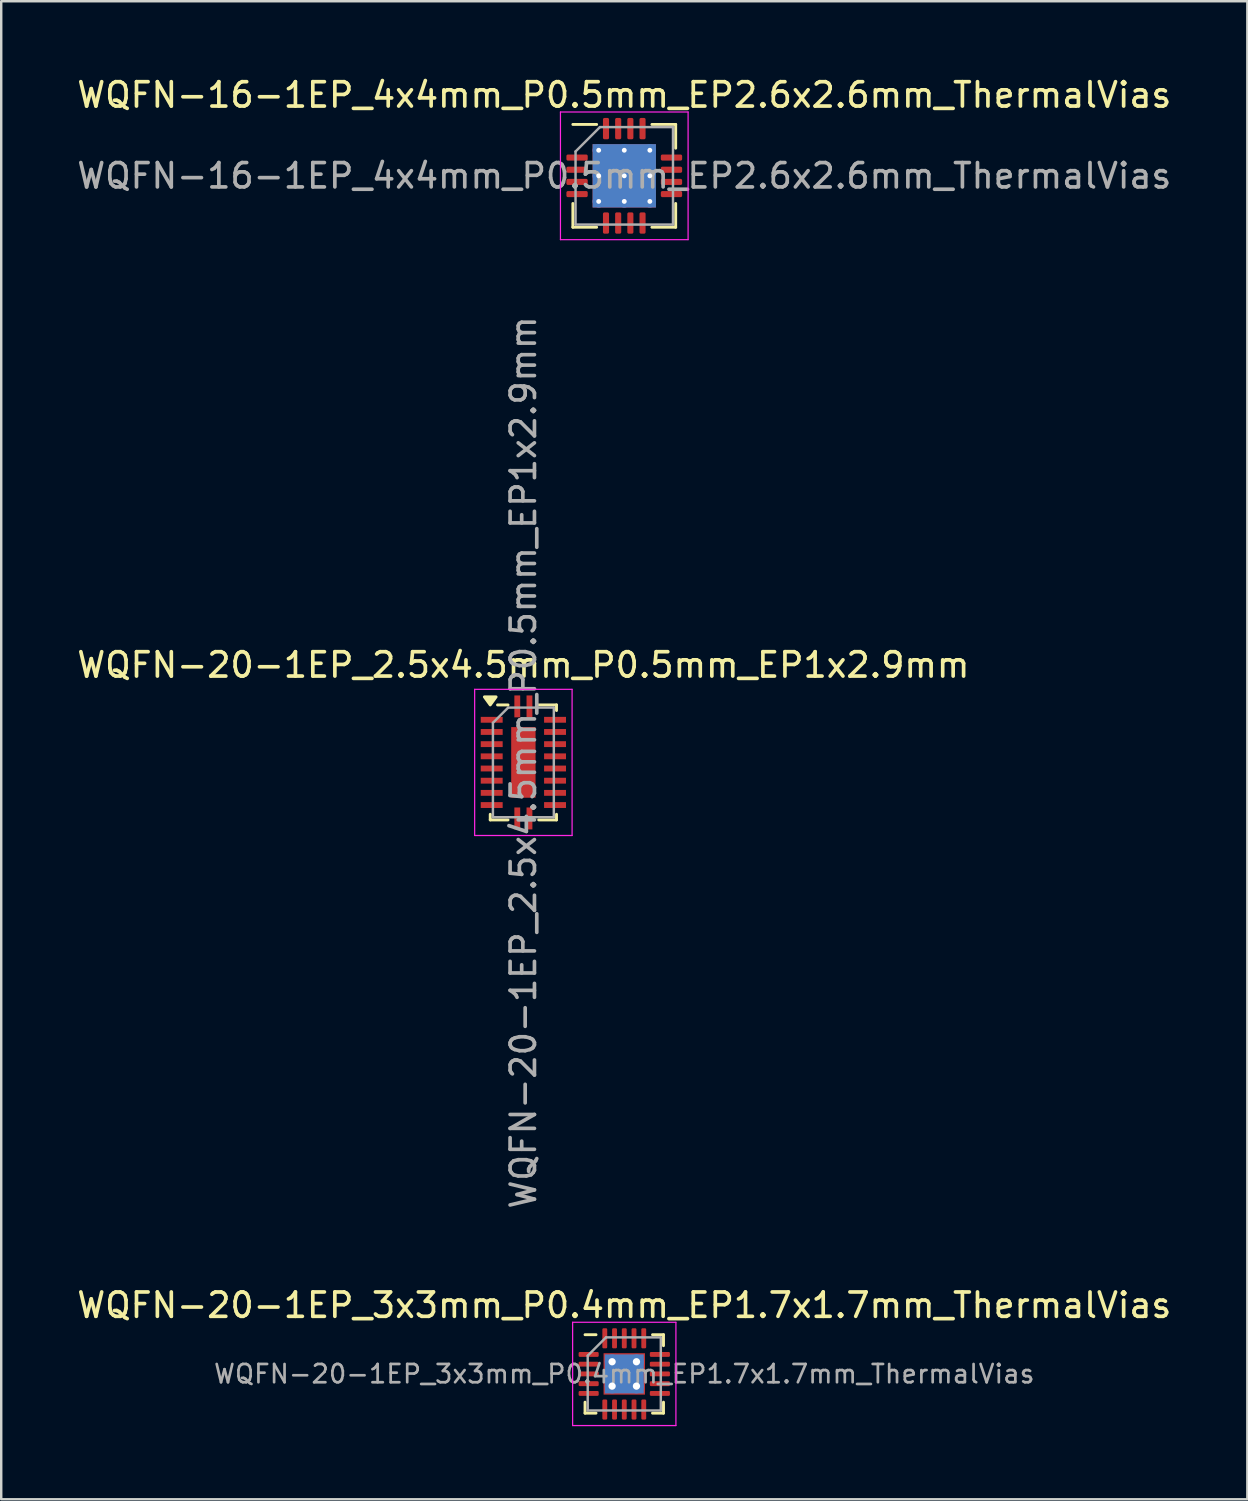
<source format=kicad_pcb>
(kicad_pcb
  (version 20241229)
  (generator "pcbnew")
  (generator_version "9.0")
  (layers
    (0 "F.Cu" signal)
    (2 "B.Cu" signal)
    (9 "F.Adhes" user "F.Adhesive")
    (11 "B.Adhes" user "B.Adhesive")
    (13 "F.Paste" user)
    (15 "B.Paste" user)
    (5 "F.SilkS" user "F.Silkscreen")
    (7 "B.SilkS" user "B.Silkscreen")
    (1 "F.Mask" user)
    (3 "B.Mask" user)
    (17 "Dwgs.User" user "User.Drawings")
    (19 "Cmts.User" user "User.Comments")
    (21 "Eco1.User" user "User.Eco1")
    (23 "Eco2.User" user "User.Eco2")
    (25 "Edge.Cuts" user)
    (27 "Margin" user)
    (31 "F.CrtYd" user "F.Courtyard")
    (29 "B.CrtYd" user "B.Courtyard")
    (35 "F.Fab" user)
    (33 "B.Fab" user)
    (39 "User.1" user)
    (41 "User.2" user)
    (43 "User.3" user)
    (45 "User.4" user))
  (footprint "WQFN-16-1EP_4x4mm_P0.5mm_EP2.6x2.6mm_ThermalVias"
    (layer "F.Cu")
    (at 22.577 4.168)
    (property "Reference" "WQFN-16-1EP_4x4mm_P0.5mm_EP2.6x2.6mm_ThermalVias" (at 0 -3.32 0) (layer "F.SilkS") (effects (font (size 1 1) (thickness 0.15))))
    (attr smd)
    (fp_line (start -2.11 2.11) (end -2.11 1.135) (stroke (width 0.12) (type solid)) (layer "F.SilkS"))
    (fp_line (start -1.135 -2.11) (end -2.11 -2.11) (stroke (width 0.12) (type solid)) (layer "F.SilkS"))
    (fp_line (start -1.135 2.11) (end -2.11 2.11) (stroke (width 0.12) (type solid)) (layer "F.SilkS"))
    (fp_line (start 1.135 -2.11) (end 2.11 -2.11) (stroke (width 0.12) (type solid)) (layer "F.SilkS"))
    (fp_line (start 1.135 2.11) (end 2.11 2.11) (stroke (width 0.12) (type solid)) (layer "F.SilkS"))
    (fp_line (start 2.11 -2.11) (end 2.11 -1.135) (stroke (width 0.12) (type solid)) (layer "F.SilkS"))
    (fp_line (start 2.11 2.11) (end 2.11 1.135) (stroke (width 0.12) (type solid)) (layer "F.SilkS"))
    (fp_line (start -2.62 -2.62) (end -2.62 2.62) (stroke (width 0.05) (type solid)) (layer "F.CrtYd"))
    (fp_line (start -2.62 2.62) (end 2.62 2.62) (stroke (width 0.05) (type solid)) (layer "F.CrtYd"))
    (fp_line (start 2.62 -2.62) (end -2.62 -2.62) (stroke (width 0.05) (type solid)) (layer "F.CrtYd"))
    (fp_line (start 2.62 2.62) (end 2.62 -2.62) (stroke (width 0.05) (type solid)) (layer "F.CrtYd"))
    (fp_line (start -2 -1) (end -1 -2) (stroke (width 0.1) (type solid)) (layer "F.Fab"))
    (fp_line (start -2 2) (end -2 -1) (stroke (width 0.1) (type solid)) (layer "F.Fab"))
    (fp_line (start -1 -2) (end 2 -2) (stroke (width 0.1) (type solid)) (layer "F.Fab"))
    (fp_line (start 2 -2) (end 2 2) (stroke (width 0.1) (type solid)) (layer "F.Fab"))
    (fp_line (start 2 2) (end -2 2) (stroke (width 0.1) (type solid)) (layer "F.Fab"))
    (fp_text user "${REFERENCE}" (at 0 0 0) (layer "F.Fab") (effects (font (size 1 1) (thickness 0.15))))
    (pad "" smd roundrect (at -0.65 -0.65) (size 1.13 1.13) (layers "F.Paste") (roundrect_rratio 0.221))
    (pad "" smd roundrect (at -0.65 0.65) (size 1.13 1.13) (layers "F.Paste") (roundrect_rratio 0.221))
    (pad "" smd roundrect (at 0.65 -0.65) (size 1.13 1.13) (layers "F.Paste") (roundrect_rratio 0.221))
    (pad "" smd roundrect (at 0.65 0.65) (size 1.13 1.13) (layers "F.Paste") (roundrect_rratio 0.221))
    (pad "1" smd roundrect (at -1.938 -0.75) (size 0.875 0.25) (layers "F.Cu" "F.Mask" "F.Paste") (roundrect_rratio 0.25))
    (pad "2" smd roundrect (at -1.938 -0.25) (size 0.875 0.25) (layers "F.Cu" "F.Mask" "F.Paste") (roundrect_rratio 0.25))
    (pad "3" smd roundrect (at -1.938 0.25) (size 0.875 0.25) (layers "F.Cu" "F.Mask" "F.Paste") (roundrect_rratio 0.25))
    (pad "4" smd roundrect (at -1.938 0.75) (size 0.875 0.25) (layers "F.Cu" "F.Mask" "F.Paste") (roundrect_rratio 0.25))
    (pad "5" smd roundrect (at -0.75 1.938) (size 0.25 0.875) (layers "F.Cu" "F.Mask" "F.Paste") (roundrect_rratio 0.25))
    (pad "6" smd roundrect (at -0.25 1.938) (size 0.25 0.875) (layers "F.Cu" "F.Mask" "F.Paste") (roundrect_rratio 0.25))
    (pad "7" smd roundrect (at 0.25 1.938) (size 0.25 0.875) (layers "F.Cu" "F.Mask" "F.Paste") (roundrect_rratio 0.25))
    (pad "8" smd roundrect (at 0.75 1.938) (size 0.25 0.875) (layers "F.Cu" "F.Mask" "F.Paste") (roundrect_rratio 0.25))
    (pad "9" smd roundrect (at 1.938 0.75) (size 0.875 0.25) (layers "F.Cu" "F.Mask" "F.Paste") (roundrect_rratio 0.25))
    (pad "10" smd roundrect (at 1.938 0.25) (size 0.875 0.25) (layers "F.Cu" "F.Mask" "F.Paste") (roundrect_rratio 0.25))
    (pad "11" smd roundrect (at 1.938 -0.25) (size 0.875 0.25) (layers "F.Cu" "F.Mask" "F.Paste") (roundrect_rratio 0.25))
    (pad "12" smd roundrect (at 1.938 -0.75) (size 0.875 0.25) (layers "F.Cu" "F.Mask" "F.Paste") (roundrect_rratio 0.25))
    (pad "13" smd roundrect (at 0.75 -1.938) (size 0.25 0.875) (layers "F.Cu" "F.Mask" "F.Paste") (roundrect_rratio 0.25))
    (pad "14" smd roundrect (at 0.25 -1.938) (size 0.25 0.875) (layers "F.Cu" "F.Mask" "F.Paste") (roundrect_rratio 0.25))
    (pad "15" smd roundrect (at -0.25 -1.938) (size 0.25 0.875) (layers "F.Cu" "F.Mask" "F.Paste") (roundrect_rratio 0.25))
    (pad "16" smd roundrect (at -0.75 -1.938) (size 0.25 0.875) (layers "F.Cu" "F.Mask" "F.Paste") (roundrect_rratio 0.25))
    (pad "17" thru_hole circle (at -1.05 -1.05) (size 0.5 0.5) (drill 0.2) (layers "*.Cu"))
    (pad "17" thru_hole circle (at -1.05 0) (size 0.5 0.5) (drill 0.2) (layers "*.Cu"))
    (pad "17" thru_hole circle (at -1.05 1.05) (size 0.5 0.5) (drill 0.2) (layers "*.Cu"))
    (pad "17" thru_hole circle (at 0 -1.05) (size 0.5 0.5) (drill 0.2) (layers "*.Cu"))
    (pad "17" thru_hole circle (at 0 0) (size 0.5 0.5) (drill 0.2) (layers "*.Cu"))
    (pad "17" smd rect (at 0 0) (size 2.6 2.6) (layers "F.Cu" "F.Mask"))
    (pad "17" smd rect (at 0 0) (size 2.6 2.6) (layers "B.Cu"))
    (pad "17" thru_hole circle (at 0 1.05) (size 0.5 0.5) (drill 0.2) (layers "*.Cu"))
    (pad "17" thru_hole circle (at 1.05 -1.05) (size 0.5 0.5) (drill 0.2) (layers "*.Cu"))
    (pad "17" thru_hole circle (at 1.05 0) (size 0.5 0.5) (drill 0.2) (layers "*.Cu"))
    (pad "17" thru_hole circle (at 1.05 1.05) (size 0.5 0.5) (drill 0.2) (layers "*.Cu")))
  (footprint "WQFN-20-1EP_2.5x4.5mm_P0.5mm_EP1x2.9mm"
    (layer "F.Cu")
    (at 18.435 28.248)
    (property "Reference" "WQFN-20-1EP_2.5x4.5mm_P0.5mm_EP1x2.9mm" (at 0 -4 0) (layer "F.SilkS") (effects (font (size 1 1) (thickness 0.15))))
    (attr smd)
    (fp_line (start -1.36 2.36) (end -1.36 2.13) (stroke (width 0.12) (type solid)) (layer "F.SilkS"))
    (fp_line (start -0.63 -2.36) (end -1.06 -2.36) (stroke (width 0.12) (type solid)) (layer "F.SilkS"))
    (fp_line (start -0.63 2.36) (end -1.36 2.36) (stroke (width 0.12) (type solid)) (layer "F.SilkS"))
    (fp_line (start 0.63 -2.36) (end 1.36 -2.36) (stroke (width 0.12) (type solid)) (layer "F.SilkS"))
    (fp_line (start 0.63 2.36) (end 1.36 2.36) (stroke (width 0.12) (type solid)) (layer "F.SilkS"))
    (fp_line (start 1.36 -2.36) (end 1.36 -2.13) (stroke (width 0.12) (type solid)) (layer "F.SilkS"))
    (fp_line (start 1.36 2.36) (end 1.36 2.13) (stroke (width 0.12) (type solid)) (layer "F.SilkS"))
    (fp_poly (pts (xy -1.36 -2.36) (xy -1.6 -2.69) (xy -1.12 -2.69) (xy -1.36 -2.36)) (stroke (width 0.12) (type solid)) (fill yes) (layer "F.SilkS"))
    (fp_line (start -2 -3) (end -2 3) (stroke (width 0.05) (type solid)) (layer "F.CrtYd"))
    (fp_line (start -2 -3) (end 2 -3) (stroke (width 0.05) (type solid)) (layer "F.CrtYd"))
    (fp_line (start -2 3) (end 2 3) (stroke (width 0.05) (type solid)) (layer "F.CrtYd"))
    (fp_line (start 2 -3) (end 2 3) (stroke (width 0.05) (type solid)) (layer "F.CrtYd"))
    (fp_line (start -1.25 -1.625) (end -1.25 2.25) (stroke (width 0.1) (type solid)) (layer "F.Fab"))
    (fp_line (start -1.25 -1.625) (end -0.625 -2.25) (stroke (width 0.1) (type solid)) (layer "F.Fab"))
    (fp_line (start -1.25 2.25) (end 1.25 2.25) (stroke (width 0.1) (type solid)) (layer "F.Fab"))
    (fp_line (start 1.25 -2.25) (end -0.625 -2.25) (stroke (width 0.1) (type solid)) (layer "F.Fab"))
    (fp_line (start 1.25 -2.25) (end 1.25 2.25) (stroke (width 0.1) (type solid)) (layer "F.Fab"))
    (fp_text user "${REFERENCE}" (at 0 0 90) (layer "F.Fab") (effects (font (size 1 1) (thickness 0.15))))
    (pad "" smd rect (at 0 -0.95 270) (size 0.8 0.8) (layers "F.Paste"))
    (pad "" smd rect (at 0 0 270) (size 0.8 0.8) (layers "F.Paste"))
    (pad "" smd rect (at 0 0.95 270) (size 0.8 0.8) (layers "F.Paste"))
    (pad "1" smd rect (at -0.25 -2.3 270) (size 0.9 0.24) (layers "F.Cu" "F.Mask" "F.Paste"))
    (pad "2" smd rect (at -1.3 -1.75) (size 0.9 0.24) (layers "F.Cu" "F.Mask" "F.Paste"))
    (pad "3" smd rect (at -1.3 -1.25) (size 0.9 0.24) (layers "F.Cu" "F.Mask" "F.Paste"))
    (pad "4" smd rect (at -1.3 -0.75) (size 0.9 0.24) (layers "F.Cu" "F.Mask" "F.Paste"))
    (pad "5" smd rect (at -1.3 -0.25) (size 0.9 0.24) (layers "F.Cu" "F.Mask" "F.Paste"))
    (pad "6" smd rect (at -1.3 0.25) (size 0.9 0.24) (layers "F.Cu" "F.Mask" "F.Paste"))
    (pad "7" smd rect (at -1.3 0.75) (size 0.9 0.24) (layers "F.Cu" "F.Mask" "F.Paste"))
    (pad "8" smd rect (at -1.3 1.25) (size 0.9 0.24) (layers "F.Cu" "F.Mask" "F.Paste"))
    (pad "9" smd rect (at -1.3 1.75) (size 0.9 0.24) (layers "F.Cu" "F.Mask" "F.Paste"))
    (pad "10" smd rect (at -0.25 2.3 270) (size 0.9 0.24) (layers "F.Cu" "F.Mask" "F.Paste"))
    (pad "11" smd rect (at 0.25 2.3 270) (size 0.9 0.24) (layers "F.Cu" "F.Mask" "F.Paste"))
    (pad "12" smd rect (at 1.3 1.75) (size 0.9 0.24) (layers "F.Cu" "F.Mask" "F.Paste"))
    (pad "13" smd rect (at 1.3 1.25) (size 0.9 0.24) (layers "F.Cu" "F.Mask" "F.Paste"))
    (pad "14" smd rect (at 1.3 0.75) (size 0.9 0.24) (layers "F.Cu" "F.Mask" "F.Paste"))
    (pad "15" smd rect (at 1.3 0.25) (size 0.9 0.24) (layers "F.Cu" "F.Mask" "F.Paste"))
    (pad "16" smd rect (at 1.3 -0.25) (size 0.9 0.24) (layers "F.Cu" "F.Mask" "F.Paste"))
    (pad "17" smd rect (at 1.3 -0.75) (size 0.9 0.24) (layers "F.Cu" "F.Mask" "F.Paste"))
    (pad "18" smd rect (at 1.3 -1.25) (size 0.9 0.24) (layers "F.Cu" "F.Mask" "F.Paste"))
    (pad "19" smd rect (at 1.3 -1.75) (size 0.9 0.24) (layers "F.Cu" "F.Mask" "F.Paste"))
    (pad "20" smd rect (at 0.25 -2.3 270) (size 0.9 0.24) (layers "F.Cu" "F.Mask" "F.Paste"))
    (pad "21" smd rect (at 0 0 270) (size 2.9 1) (layers "F.Cu" "F.Mask")))
  (footprint "WQFN-20-1EP_3x3mm_P0.4mm_EP1.7x1.7mm_ThermalVias"
    (layer "F.Cu")
    (at 22.577 53.351)
    (property "Reference" "WQFN-20-1EP_3x3mm_P0.4mm_EP1.7x1.7mm_ThermalVias" (at 0 -2.82 0) (layer "F.SilkS") (effects (font (size 1 1) (thickness 0.15))))
    (attr smd)
    (fp_line (start -1.61 1.61) (end -1.61 1.16) (stroke (width 0.12) (type solid)) (layer "F.SilkS"))
    (fp_line (start -1.16 -1.61) (end -1.61 -1.61) (stroke (width 0.12) (type solid)) (layer "F.SilkS"))
    (fp_line (start -1.16 1.61) (end -1.61 1.61) (stroke (width 0.12) (type solid)) (layer "F.SilkS"))
    (fp_line (start 1.16 -1.61) (end 1.61 -1.61) (stroke (width 0.12) (type solid)) (layer "F.SilkS"))
    (fp_line (start 1.16 1.61) (end 1.61 1.61) (stroke (width 0.12) (type solid)) (layer "F.SilkS"))
    (fp_line (start 1.61 -1.61) (end 1.61 -1.16) (stroke (width 0.12) (type solid)) (layer "F.SilkS"))
    (fp_line (start 1.61 1.61) (end 1.61 1.16) (stroke (width 0.12) (type solid)) (layer "F.SilkS"))
    (fp_line (start -2.12 -2.12) (end -2.12 2.12) (stroke (width 0.05) (type solid)) (layer "F.CrtYd"))
    (fp_line (start -2.12 2.12) (end 2.12 2.12) (stroke (width 0.05) (type solid)) (layer "F.CrtYd"))
    (fp_line (start 2.12 -2.12) (end -2.12 -2.12) (stroke (width 0.05) (type solid)) (layer "F.CrtYd"))
    (fp_line (start 2.12 2.12) (end 2.12 -2.12) (stroke (width 0.05) (type solid)) (layer "F.CrtYd"))
    (fp_line (start -1.5 -0.75) (end -0.75 -1.5) (stroke (width 0.1) (type solid)) (layer "F.Fab"))
    (fp_line (start -1.5 1.5) (end -1.5 -0.75) (stroke (width 0.1) (type solid)) (layer "F.Fab"))
    (fp_line (start -0.75 -1.5) (end 1.5 -1.5) (stroke (width 0.1) (type solid)) (layer "F.Fab"))
    (fp_line (start 1.5 -1.5) (end 1.5 1.5) (stroke (width 0.1) (type solid)) (layer "F.Fab"))
    (fp_line (start 1.5 1.5) (end -1.5 1.5) (stroke (width 0.1) (type solid)) (layer "F.Fab"))
    (fp_text user "${REFERENCE}" (at 0 0 0) (layer "F.Fab") (effects (font (size 0.75 0.75) (thickness 0.11))))
    (pad "" smd roundrect (at -0.425 -0.425) (size 0.69 0.69) (layers "F.Paste") (roundrect_rratio 0.25))
    (pad "" smd roundrect (at -0.425 0.425) (size 0.69 0.69) (layers "F.Paste") (roundrect_rratio 0.25))
    (pad "" smd roundrect (at 0.425 -0.425) (size 0.69 0.69) (layers "F.Paste") (roundrect_rratio 0.25))
    (pad "" smd roundrect (at 0.425 0.425) (size 0.69 0.69) (layers "F.Paste") (roundrect_rratio 0.25))
    (pad "1" smd roundrect (at -1.462 -0.8) (size 0.825 0.2) (layers "F.Cu" "F.Mask" "F.Paste") (roundrect_rratio 0.25))
    (pad "2" smd roundrect (at -1.462 -0.4) (size 0.825 0.2) (layers "F.Cu" "F.Mask" "F.Paste") (roundrect_rratio 0.25))
    (pad "3" smd roundrect (at -1.462 0) (size 0.825 0.2) (layers "F.Cu" "F.Mask" "F.Paste") (roundrect_rratio 0.25))
    (pad "4" smd roundrect (at -1.462 0.4) (size 0.825 0.2) (layers "F.Cu" "F.Mask" "F.Paste") (roundrect_rratio 0.25))
    (pad "5" smd roundrect (at -1.462 0.8) (size 0.825 0.2) (layers "F.Cu" "F.Mask" "F.Paste") (roundrect_rratio 0.25))
    (pad "6" smd roundrect (at -0.8 1.462) (size 0.2 0.825) (layers "F.Cu" "F.Mask" "F.Paste") (roundrect_rratio 0.25))
    (pad "7" smd roundrect (at -0.4 1.462) (size 0.2 0.825) (layers "F.Cu" "F.Mask" "F.Paste") (roundrect_rratio 0.25))
    (pad "8" smd roundrect (at 0 1.462) (size 0.2 0.825) (layers "F.Cu" "F.Mask" "F.Paste") (roundrect_rratio 0.25))
    (pad "9" smd roundrect (at 0.4 1.462) (size 0.2 0.825) (layers "F.Cu" "F.Mask" "F.Paste") (roundrect_rratio 0.25))
    (pad "10" smd roundrect (at 0.8 1.462) (size 0.2 0.825) (layers "F.Cu" "F.Mask" "F.Paste") (roundrect_rratio 0.25))
    (pad "11" smd roundrect (at 1.462 0.8) (size 0.825 0.2) (layers "F.Cu" "F.Mask" "F.Paste") (roundrect_rratio 0.25))
    (pad "12" smd roundrect (at 1.462 0.4) (size 0.825 0.2) (layers "F.Cu" "F.Mask" "F.Paste") (roundrect_rratio 0.25))
    (pad "13" smd roundrect (at 1.462 0) (size 0.825 0.2) (layers "F.Cu" "F.Mask" "F.Paste") (roundrect_rratio 0.25))
    (pad "14" smd roundrect (at 1.462 -0.4) (size 0.825 0.2) (layers "F.Cu" "F.Mask" "F.Paste") (roundrect_rratio 0.25))
    (pad "15" smd roundrect (at 1.462 -0.8) (size 0.825 0.2) (layers "F.Cu" "F.Mask" "F.Paste") (roundrect_rratio 0.25))
    (pad "16" smd roundrect (at 0.8 -1.462) (size 0.2 0.825) (layers "F.Cu" "F.Mask" "F.Paste") (roundrect_rratio 0.25))
    (pad "17" smd roundrect (at 0.4 -1.462) (size 0.2 0.825) (layers "F.Cu" "F.Mask" "F.Paste") (roundrect_rratio 0.25))
    (pad "18" smd roundrect (at 0 -1.462) (size 0.2 0.825) (layers "F.Cu" "F.Mask" "F.Paste") (roundrect_rratio 0.25))
    (pad "19" smd roundrect (at -0.4 -1.462) (size 0.2 0.825) (layers "F.Cu" "F.Mask" "F.Paste") (roundrect_rratio 0.25))
    (pad "20" smd roundrect (at -0.8 -1.462) (size 0.2 0.825) (layers "F.Cu" "F.Mask" "F.Paste") (roundrect_rratio 0.25))
    (pad "21" thru_hole circle (at -0.5 -0.5) (size 0.6 0.6) (drill 0.3) (layers "*.Cu"))
    (pad "21" thru_hole circle (at -0.5 0.5) (size 0.6 0.6) (drill 0.3) (layers "*.Cu"))
    (pad "21" smd rect (at 0 0) (size 1.6 1.6) (layers "B.Cu"))
    (pad "21" smd rect (at 0 0) (size 1.7 1.7) (layers "F.Cu" "F.Mask"))
    (pad "21" thru_hole circle (at 0.5 -0.5) (size 0.6 0.6) (drill 0.3) (layers "*.Cu"))
    (pad "21" thru_hole circle (at 0.5 0.5) (size 0.6 0.6) (drill 0.3) (layers "*.Cu")))
  (gr_rect
    (start -3 -3)
    (end 48.155 58.496)
    (stroke (width 0.1) (type default))
    (fill no)
    (layer "Edge.Cuts")))
</source>
